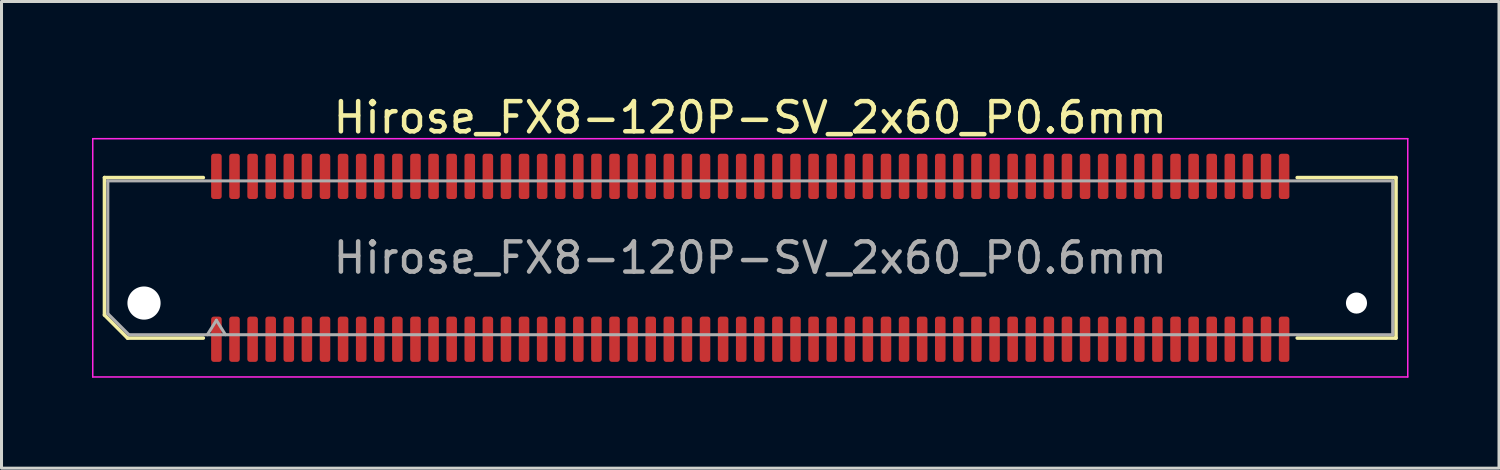
<source format=kicad_pcb>
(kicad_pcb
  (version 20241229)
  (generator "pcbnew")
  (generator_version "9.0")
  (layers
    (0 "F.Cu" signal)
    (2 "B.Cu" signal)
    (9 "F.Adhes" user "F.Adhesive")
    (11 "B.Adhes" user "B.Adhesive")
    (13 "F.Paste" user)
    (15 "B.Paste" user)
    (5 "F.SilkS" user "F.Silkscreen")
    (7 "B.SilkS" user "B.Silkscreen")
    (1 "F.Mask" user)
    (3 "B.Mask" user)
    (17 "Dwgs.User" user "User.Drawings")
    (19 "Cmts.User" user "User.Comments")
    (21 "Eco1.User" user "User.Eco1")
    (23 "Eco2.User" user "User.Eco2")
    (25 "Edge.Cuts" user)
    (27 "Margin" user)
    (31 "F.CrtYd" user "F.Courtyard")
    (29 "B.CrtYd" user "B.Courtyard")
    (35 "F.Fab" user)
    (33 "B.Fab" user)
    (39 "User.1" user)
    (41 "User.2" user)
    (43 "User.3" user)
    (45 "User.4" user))
  (footprint "Hirose_FX8-120P-SV_2x60_P0.6mm"
    (layer "F.Cu")
    (at 21.825 5.498)
    (property "Reference" "Hirose_FX8-120P-SV_2x60_P0.6mm" (at 0 -4.65 0) (layer "F.SilkS") (effects (font (size 1 1) (thickness 0.15))))
    (attr smd)
    (fp_line (start -21.41 -2.66) (end -18.135 -2.66) (stroke (width 0.12) (type solid)) (layer "F.SilkS"))
    (fp_line (start -21.41 1.896) (end -21.41 -2.66) (stroke (width 0.12) (type solid)) (layer "F.SilkS"))
    (fp_line (start -20.646 2.66) (end -21.41 1.896) (stroke (width 0.12) (type solid)) (layer "F.SilkS"))
    (fp_line (start -18.135 2.66) (end -20.646 2.66) (stroke (width 0.12) (type solid)) (layer "F.SilkS"))
    (fp_line (start 18.135 -2.66) (end 21.41 -2.66) (stroke (width 0.12) (type solid)) (layer "F.SilkS"))
    (fp_line (start 21.41 -2.66) (end 21.41 2.66) (stroke (width 0.12) (type solid)) (layer "F.SilkS"))
    (fp_line (start 21.41 2.66) (end 18.135 2.66) (stroke (width 0.12) (type solid)) (layer "F.SilkS"))
    (fp_line (start -21.8 -3.95) (end -21.8 3.95) (stroke (width 0.05) (type solid)) (layer "F.CrtYd"))
    (fp_line (start -21.8 3.95) (end 21.8 3.95) (stroke (width 0.05) (type solid)) (layer "F.CrtYd"))
    (fp_line (start 21.8 -3.95) (end -21.8 -3.95) (stroke (width 0.05) (type solid)) (layer "F.CrtYd"))
    (fp_line (start 21.8 3.95) (end 21.8 -3.95) (stroke (width 0.05) (type solid)) (layer "F.CrtYd"))
    (fp_line (start -21.3 -2.55) (end 21.3 -2.55) (stroke (width 0.1) (type solid)) (layer "F.Fab"))
    (fp_line (start -21.3 1.85) (end -21.3 -2.55) (stroke (width 0.1) (type solid)) (layer "F.Fab"))
    (fp_line (start -20.6 2.55) (end -21.3 1.85) (stroke (width 0.1) (type solid)) (layer "F.Fab"))
    (fp_line (start -18 2.55) (end -17.7 2.07) (stroke (width 0.1) (type solid)) (layer "F.Fab"))
    (fp_line (start -17.7 2.07) (end -17.4 2.55) (stroke (width 0.1) (type solid)) (layer "F.Fab"))
    (fp_line (start 21.3 -2.55) (end 21.3 2.55) (stroke (width 0.1) (type solid)) (layer "F.Fab"))
    (fp_line (start 21.3 2.55) (end -20.6 2.55) (stroke (width 0.1) (type solid)) (layer "F.Fab"))
    (fp_text user "${REFERENCE}" (at 0 0 0) (layer "F.Fab") (effects (font (size 1 1) (thickness 0.15))))
    (pad "" np_thru_hole circle (at -20.1 1.5) (size 1.1 1.1) (drill 1.1) (layers "*.Cu" "*.Mask"))
    (pad "" np_thru_hole circle (at 20.1 1.5) (size 0.7 0.7) (drill 0.7) (layers "*.Cu" "*.Mask"))
    (pad "1" smd roundrect (at -17.7 2.7) (size 0.35 1.5) (layers "F.Cu" "F.Mask" "F.Paste") (roundrect_rratio 0.25))
    (pad "2" smd roundrect (at -17.7 -2.7) (size 0.35 1.5) (layers "F.Cu" "F.Mask" "F.Paste") (roundrect_rratio 0.25))
    (pad "3" smd roundrect (at -17.1 2.7) (size 0.35 1.5) (layers "F.Cu" "F.Mask" "F.Paste") (roundrect_rratio 0.25))
    (pad "4" smd roundrect (at -17.1 -2.7) (size 0.35 1.5) (layers "F.Cu" "F.Mask" "F.Paste") (roundrect_rratio 0.25))
    (pad "5" smd roundrect (at -16.5 2.7) (size 0.35 1.5) (layers "F.Cu" "F.Mask" "F.Paste") (roundrect_rratio 0.25))
    (pad "6" smd roundrect (at -16.5 -2.7) (size 0.35 1.5) (layers "F.Cu" "F.Mask" "F.Paste") (roundrect_rratio 0.25))
    (pad "7" smd roundrect (at -15.9 2.7) (size 0.35 1.5) (layers "F.Cu" "F.Mask" "F.Paste") (roundrect_rratio 0.25))
    (pad "8" smd roundrect (at -15.9 -2.7) (size 0.35 1.5) (layers "F.Cu" "F.Mask" "F.Paste") (roundrect_rratio 0.25))
    (pad "9" smd roundrect (at -15.3 2.7) (size 0.35 1.5) (layers "F.Cu" "F.Mask" "F.Paste") (roundrect_rratio 0.25))
    (pad "10" smd roundrect (at -15.3 -2.7) (size 0.35 1.5) (layers "F.Cu" "F.Mask" "F.Paste") (roundrect_rratio 0.25))
    (pad "11" smd roundrect (at -14.7 2.7) (size 0.35 1.5) (layers "F.Cu" "F.Mask" "F.Paste") (roundrect_rratio 0.25))
    (pad "12" smd roundrect (at -14.7 -2.7) (size 0.35 1.5) (layers "F.Cu" "F.Mask" "F.Paste") (roundrect_rratio 0.25))
    (pad "13" smd roundrect (at -14.1 2.7) (size 0.35 1.5) (layers "F.Cu" "F.Mask" "F.Paste") (roundrect_rratio 0.25))
    (pad "14" smd roundrect (at -14.1 -2.7) (size 0.35 1.5) (layers "F.Cu" "F.Mask" "F.Paste") (roundrect_rratio 0.25))
    (pad "15" smd roundrect (at -13.5 2.7) (size 0.35 1.5) (layers "F.Cu" "F.Mask" "F.Paste") (roundrect_rratio 0.25))
    (pad "16" smd roundrect (at -13.5 -2.7) (size 0.35 1.5) (layers "F.Cu" "F.Mask" "F.Paste") (roundrect_rratio 0.25))
    (pad "17" smd roundrect (at -12.9 2.7) (size 0.35 1.5) (layers "F.Cu" "F.Mask" "F.Paste") (roundrect_rratio 0.25))
    (pad "18" smd roundrect (at -12.9 -2.7) (size 0.35 1.5) (layers "F.Cu" "F.Mask" "F.Paste") (roundrect_rratio 0.25))
    (pad "19" smd roundrect (at -12.3 2.7) (size 0.35 1.5) (layers "F.Cu" "F.Mask" "F.Paste") (roundrect_rratio 0.25))
    (pad "20" smd roundrect (at -12.3 -2.7) (size 0.35 1.5) (layers "F.Cu" "F.Mask" "F.Paste") (roundrect_rratio 0.25))
    (pad "21" smd roundrect (at -11.7 2.7) (size 0.35 1.5) (layers "F.Cu" "F.Mask" "F.Paste") (roundrect_rratio 0.25))
    (pad "22" smd roundrect (at -11.7 -2.7) (size 0.35 1.5) (layers "F.Cu" "F.Mask" "F.Paste") (roundrect_rratio 0.25))
    (pad "23" smd roundrect (at -11.1 2.7) (size 0.35 1.5) (layers "F.Cu" "F.Mask" "F.Paste") (roundrect_rratio 0.25))
    (pad "24" smd roundrect (at -11.1 -2.7) (size 0.35 1.5) (layers "F.Cu" "F.Mask" "F.Paste") (roundrect_rratio 0.25))
    (pad "25" smd roundrect (at -10.5 2.7) (size 0.35 1.5) (layers "F.Cu" "F.Mask" "F.Paste") (roundrect_rratio 0.25))
    (pad "26" smd roundrect (at -10.5 -2.7) (size 0.35 1.5) (layers "F.Cu" "F.Mask" "F.Paste") (roundrect_rratio 0.25))
    (pad "27" smd roundrect (at -9.9 2.7) (size 0.35 1.5) (layers "F.Cu" "F.Mask" "F.Paste") (roundrect_rratio 0.25))
    (pad "28" smd roundrect (at -9.9 -2.7) (size 0.35 1.5) (layers "F.Cu" "F.Mask" "F.Paste") (roundrect_rratio 0.25))
    (pad "29" smd roundrect (at -9.3 2.7) (size 0.35 1.5) (layers "F.Cu" "F.Mask" "F.Paste") (roundrect_rratio 0.25))
    (pad "30" smd roundrect (at -9.3 -2.7) (size 0.35 1.5) (layers "F.Cu" "F.Mask" "F.Paste") (roundrect_rratio 0.25))
    (pad "31" smd roundrect (at -8.7 2.7) (size 0.35 1.5) (layers "F.Cu" "F.Mask" "F.Paste") (roundrect_rratio 0.25))
    (pad "32" smd roundrect (at -8.7 -2.7) (size 0.35 1.5) (layers "F.Cu" "F.Mask" "F.Paste") (roundrect_rratio 0.25))
    (pad "33" smd roundrect (at -8.1 2.7) (size 0.35 1.5) (layers "F.Cu" "F.Mask" "F.Paste") (roundrect_rratio 0.25))
    (pad "34" smd roundrect (at -8.1 -2.7) (size 0.35 1.5) (layers "F.Cu" "F.Mask" "F.Paste") (roundrect_rratio 0.25))
    (pad "35" smd roundrect (at -7.5 2.7) (size 0.35 1.5) (layers "F.Cu" "F.Mask" "F.Paste") (roundrect_rratio 0.25))
    (pad "36" smd roundrect (at -7.5 -2.7) (size 0.35 1.5) (layers "F.Cu" "F.Mask" "F.Paste") (roundrect_rratio 0.25))
    (pad "37" smd roundrect (at -6.9 2.7) (size 0.35 1.5) (layers "F.Cu" "F.Mask" "F.Paste") (roundrect_rratio 0.25))
    (pad "38" smd roundrect (at -6.9 -2.7) (size 0.35 1.5) (layers "F.Cu" "F.Mask" "F.Paste") (roundrect_rratio 0.25))
    (pad "39" smd roundrect (at -6.3 2.7) (size 0.35 1.5) (layers "F.Cu" "F.Mask" "F.Paste") (roundrect_rratio 0.25))
    (pad "40" smd roundrect (at -6.3 -2.7) (size 0.35 1.5) (layers "F.Cu" "F.Mask" "F.Paste") (roundrect_rratio 0.25))
    (pad "41" smd roundrect (at -5.7 2.7) (size 0.35 1.5) (layers "F.Cu" "F.Mask" "F.Paste") (roundrect_rratio 0.25))
    (pad "42" smd roundrect (at -5.7 -2.7) (size 0.35 1.5) (layers "F.Cu" "F.Mask" "F.Paste") (roundrect_rratio 0.25))
    (pad "43" smd roundrect (at -5.1 2.7) (size 0.35 1.5) (layers "F.Cu" "F.Mask" "F.Paste") (roundrect_rratio 0.25))
    (pad "44" smd roundrect (at -5.1 -2.7) (size 0.35 1.5) (layers "F.Cu" "F.Mask" "F.Paste") (roundrect_rratio 0.25))
    (pad "45" smd roundrect (at -4.5 2.7) (size 0.35 1.5) (layers "F.Cu" "F.Mask" "F.Paste") (roundrect_rratio 0.25))
    (pad "46" smd roundrect (at -4.5 -2.7) (size 0.35 1.5) (layers "F.Cu" "F.Mask" "F.Paste") (roundrect_rratio 0.25))
    (pad "47" smd roundrect (at -3.9 2.7) (size 0.35 1.5) (layers "F.Cu" "F.Mask" "F.Paste") (roundrect_rratio 0.25))
    (pad "48" smd roundrect (at -3.9 -2.7) (size 0.35 1.5) (layers "F.Cu" "F.Mask" "F.Paste") (roundrect_rratio 0.25))
    (pad "49" smd roundrect (at -3.3 2.7) (size 0.35 1.5) (layers "F.Cu" "F.Mask" "F.Paste") (roundrect_rratio 0.25))
    (pad "50" smd roundrect (at -3.3 -2.7) (size 0.35 1.5) (layers "F.Cu" "F.Mask" "F.Paste") (roundrect_rratio 0.25))
    (pad "51" smd roundrect (at -2.7 2.7) (size 0.35 1.5) (layers "F.Cu" "F.Mask" "F.Paste") (roundrect_rratio 0.25))
    (pad "52" smd roundrect (at -2.7 -2.7) (size 0.35 1.5) (layers "F.Cu" "F.Mask" "F.Paste") (roundrect_rratio 0.25))
    (pad "53" smd roundrect (at -2.1 2.7) (size 0.35 1.5) (layers "F.Cu" "F.Mask" "F.Paste") (roundrect_rratio 0.25))
    (pad "54" smd roundrect (at -2.1 -2.7) (size 0.35 1.5) (layers "F.Cu" "F.Mask" "F.Paste") (roundrect_rratio 0.25))
    (pad "55" smd roundrect (at -1.5 2.7) (size 0.35 1.5) (layers "F.Cu" "F.Mask" "F.Paste") (roundrect_rratio 0.25))
    (pad "56" smd roundrect (at -1.5 -2.7) (size 0.35 1.5) (layers "F.Cu" "F.Mask" "F.Paste") (roundrect_rratio 0.25))
    (pad "57" smd roundrect (at -0.9 2.7) (size 0.35 1.5) (layers "F.Cu" "F.Mask" "F.Paste") (roundrect_rratio 0.25))
    (pad "58" smd roundrect (at -0.9 -2.7) (size 0.35 1.5) (layers "F.Cu" "F.Mask" "F.Paste") (roundrect_rratio 0.25))
    (pad "59" smd roundrect (at -0.3 2.7) (size 0.35 1.5) (layers "F.Cu" "F.Mask" "F.Paste") (roundrect_rratio 0.25))
    (pad "60" smd roundrect (at -0.3 -2.7) (size 0.35 1.5) (layers "F.Cu" "F.Mask" "F.Paste") (roundrect_rratio 0.25))
    (pad "61" smd roundrect (at 0.3 2.7) (size 0.35 1.5) (layers "F.Cu" "F.Mask" "F.Paste") (roundrect_rratio 0.25))
    (pad "62" smd roundrect (at 0.3 -2.7) (size 0.35 1.5) (layers "F.Cu" "F.Mask" "F.Paste") (roundrect_rratio 0.25))
    (pad "63" smd roundrect (at 0.9 2.7) (size 0.35 1.5) (layers "F.Cu" "F.Mask" "F.Paste") (roundrect_rratio 0.25))
    (pad "64" smd roundrect (at 0.9 -2.7) (size 0.35 1.5) (layers "F.Cu" "F.Mask" "F.Paste") (roundrect_rratio 0.25))
    (pad "65" smd roundrect (at 1.5 2.7) (size 0.35 1.5) (layers "F.Cu" "F.Mask" "F.Paste") (roundrect_rratio 0.25))
    (pad "66" smd roundrect (at 1.5 -2.7) (size 0.35 1.5) (layers "F.Cu" "F.Mask" "F.Paste") (roundrect_rratio 0.25))
    (pad "67" smd roundrect (at 2.1 2.7) (size 0.35 1.5) (layers "F.Cu" "F.Mask" "F.Paste") (roundrect_rratio 0.25))
    (pad "68" smd roundrect (at 2.1 -2.7) (size 0.35 1.5) (layers "F.Cu" "F.Mask" "F.Paste") (roundrect_rratio 0.25))
    (pad "69" smd roundrect (at 2.7 2.7) (size 0.35 1.5) (layers "F.Cu" "F.Mask" "F.Paste") (roundrect_rratio 0.25))
    (pad "70" smd roundrect (at 2.7 -2.7) (size 0.35 1.5) (layers "F.Cu" "F.Mask" "F.Paste") (roundrect_rratio 0.25))
    (pad "71" smd roundrect (at 3.3 2.7) (size 0.35 1.5) (layers "F.Cu" "F.Mask" "F.Paste") (roundrect_rratio 0.25))
    (pad "72" smd roundrect (at 3.3 -2.7) (size 0.35 1.5) (layers "F.Cu" "F.Mask" "F.Paste") (roundrect_rratio 0.25))
    (pad "73" smd roundrect (at 3.9 2.7) (size 0.35 1.5) (layers "F.Cu" "F.Mask" "F.Paste") (roundrect_rratio 0.25))
    (pad "74" smd roundrect (at 3.9 -2.7) (size 0.35 1.5) (layers "F.Cu" "F.Mask" "F.Paste") (roundrect_rratio 0.25))
    (pad "75" smd roundrect (at 4.5 2.7) (size 0.35 1.5) (layers "F.Cu" "F.Mask" "F.Paste") (roundrect_rratio 0.25))
    (pad "76" smd roundrect (at 4.5 -2.7) (size 0.35 1.5) (layers "F.Cu" "F.Mask" "F.Paste") (roundrect_rratio 0.25))
    (pad "77" smd roundrect (at 5.1 2.7) (size 0.35 1.5) (layers "F.Cu" "F.Mask" "F.Paste") (roundrect_rratio 0.25))
    (pad "78" smd roundrect (at 5.1 -2.7) (size 0.35 1.5) (layers "F.Cu" "F.Mask" "F.Paste") (roundrect_rratio 0.25))
    (pad "79" smd roundrect (at 5.7 2.7) (size 0.35 1.5) (layers "F.Cu" "F.Mask" "F.Paste") (roundrect_rratio 0.25))
    (pad "80" smd roundrect (at 5.7 -2.7) (size 0.35 1.5) (layers "F.Cu" "F.Mask" "F.Paste") (roundrect_rratio 0.25))
    (pad "81" smd roundrect (at 6.3 2.7) (size 0.35 1.5) (layers "F.Cu" "F.Mask" "F.Paste") (roundrect_rratio 0.25))
    (pad "82" smd roundrect (at 6.3 -2.7) (size 0.35 1.5) (layers "F.Cu" "F.Mask" "F.Paste") (roundrect_rratio 0.25))
    (pad "83" smd roundrect (at 6.9 2.7) (size 0.35 1.5) (layers "F.Cu" "F.Mask" "F.Paste") (roundrect_rratio 0.25))
    (pad "84" smd roundrect (at 6.9 -2.7) (size 0.35 1.5) (layers "F.Cu" "F.Mask" "F.Paste") (roundrect_rratio 0.25))
    (pad "85" smd roundrect (at 7.5 2.7) (size 0.35 1.5) (layers "F.Cu" "F.Mask" "F.Paste") (roundrect_rratio 0.25))
    (pad "86" smd roundrect (at 7.5 -2.7) (size 0.35 1.5) (layers "F.Cu" "F.Mask" "F.Paste") (roundrect_rratio 0.25))
    (pad "87" smd roundrect (at 8.1 2.7) (size 0.35 1.5) (layers "F.Cu" "F.Mask" "F.Paste") (roundrect_rratio 0.25))
    (pad "88" smd roundrect (at 8.1 -2.7) (size 0.35 1.5) (layers "F.Cu" "F.Mask" "F.Paste") (roundrect_rratio 0.25))
    (pad "89" smd roundrect (at 8.7 2.7) (size 0.35 1.5) (layers "F.Cu" "F.Mask" "F.Paste") (roundrect_rratio 0.25))
    (pad "90" smd roundrect (at 8.7 -2.7) (size 0.35 1.5) (layers "F.Cu" "F.Mask" "F.Paste") (roundrect_rratio 0.25))
    (pad "91" smd roundrect (at 9.3 2.7) (size 0.35 1.5) (layers "F.Cu" "F.Mask" "F.Paste") (roundrect_rratio 0.25))
    (pad "92" smd roundrect (at 9.3 -2.7) (size 0.35 1.5) (layers "F.Cu" "F.Mask" "F.Paste") (roundrect_rratio 0.25))
    (pad "93" smd roundrect (at 9.9 2.7) (size 0.35 1.5) (layers "F.Cu" "F.Mask" "F.Paste") (roundrect_rratio 0.25))
    (pad "94" smd roundrect (at 9.9 -2.7) (size 0.35 1.5) (layers "F.Cu" "F.Mask" "F.Paste") (roundrect_rratio 0.25))
    (pad "95" smd roundrect (at 10.5 2.7) (size 0.35 1.5) (layers "F.Cu" "F.Mask" "F.Paste") (roundrect_rratio 0.25))
    (pad "96" smd roundrect (at 10.5 -2.7) (size 0.35 1.5) (layers "F.Cu" "F.Mask" "F.Paste") (roundrect_rratio 0.25))
    (pad "97" smd roundrect (at 11.1 2.7) (size 0.35 1.5) (layers "F.Cu" "F.Mask" "F.Paste") (roundrect_rratio 0.25))
    (pad "98" smd roundrect (at 11.1 -2.7) (size 0.35 1.5) (layers "F.Cu" "F.Mask" "F.Paste") (roundrect_rratio 0.25))
    (pad "99" smd roundrect (at 11.7 2.7) (size 0.35 1.5) (layers "F.Cu" "F.Mask" "F.Paste") (roundrect_rratio 0.25))
    (pad "100" smd roundrect (at 11.7 -2.7) (size 0.35 1.5) (layers "F.Cu" "F.Mask" "F.Paste") (roundrect_rratio 0.25))
    (pad "101" smd roundrect (at 12.3 2.7) (size 0.35 1.5) (layers "F.Cu" "F.Mask" "F.Paste") (roundrect_rratio 0.25))
    (pad "102" smd roundrect (at 12.3 -2.7) (size 0.35 1.5) (layers "F.Cu" "F.Mask" "F.Paste") (roundrect_rratio 0.25))
    (pad "103" smd roundrect (at 12.9 2.7) (size 0.35 1.5) (layers "F.Cu" "F.Mask" "F.Paste") (roundrect_rratio 0.25))
    (pad "104" smd roundrect (at 12.9 -2.7) (size 0.35 1.5) (layers "F.Cu" "F.Mask" "F.Paste") (roundrect_rratio 0.25))
    (pad "105" smd roundrect (at 13.5 2.7) (size 0.35 1.5) (layers "F.Cu" "F.Mask" "F.Paste") (roundrect_rratio 0.25))
    (pad "106" smd roundrect (at 13.5 -2.7) (size 0.35 1.5) (layers "F.Cu" "F.Mask" "F.Paste") (roundrect_rratio 0.25))
    (pad "107" smd roundrect (at 14.1 2.7) (size 0.35 1.5) (layers "F.Cu" "F.Mask" "F.Paste") (roundrect_rratio 0.25))
    (pad "108" smd roundrect (at 14.1 -2.7) (size 0.35 1.5) (layers "F.Cu" "F.Mask" "F.Paste") (roundrect_rratio 0.25))
    (pad "109" smd roundrect (at 14.7 2.7) (size 0.35 1.5) (layers "F.Cu" "F.Mask" "F.Paste") (roundrect_rratio 0.25))
    (pad "110" smd roundrect (at 14.7 -2.7) (size 0.35 1.5) (layers "F.Cu" "F.Mask" "F.Paste") (roundrect_rratio 0.25))
    (pad "111" smd roundrect (at 15.3 2.7) (size 0.35 1.5) (layers "F.Cu" "F.Mask" "F.Paste") (roundrect_rratio 0.25))
    (pad "112" smd roundrect (at 15.3 -2.7) (size 0.35 1.5) (layers "F.Cu" "F.Mask" "F.Paste") (roundrect_rratio 0.25))
    (pad "113" smd roundrect (at 15.9 2.7) (size 0.35 1.5) (layers "F.Cu" "F.Mask" "F.Paste") (roundrect_rratio 0.25))
    (pad "114" smd roundrect (at 15.9 -2.7) (size 0.35 1.5) (layers "F.Cu" "F.Mask" "F.Paste") (roundrect_rratio 0.25))
    (pad "115" smd roundrect (at 16.5 2.7) (size 0.35 1.5) (layers "F.Cu" "F.Mask" "F.Paste") (roundrect_rratio 0.25))
    (pad "116" smd roundrect (at 16.5 -2.7) (size 0.35 1.5) (layers "F.Cu" "F.Mask" "F.Paste") (roundrect_rratio 0.25))
    (pad "117" smd roundrect (at 17.1 2.7) (size 0.35 1.5) (layers "F.Cu" "F.Mask" "F.Paste") (roundrect_rratio 0.25))
    (pad "118" smd roundrect (at 17.1 -2.7) (size 0.35 1.5) (layers "F.Cu" "F.Mask" "F.Paste") (roundrect_rratio 0.25))
    (pad "119" smd roundrect (at 17.7 2.7) (size 0.35 1.5) (layers "F.Cu" "F.Mask" "F.Paste") (roundrect_rratio 0.25))
    (pad "120" smd roundrect (at 17.7 -2.7) (size 0.35 1.5) (layers "F.Cu" "F.Mask" "F.Paste") (roundrect_rratio 0.25)))
  (gr_rect
    (start -3 -3)
    (end 46.65 12.473)
    (stroke (width 0.1) (type default))
    (fill no)
    (layer "Edge.Cuts")))
</source>
